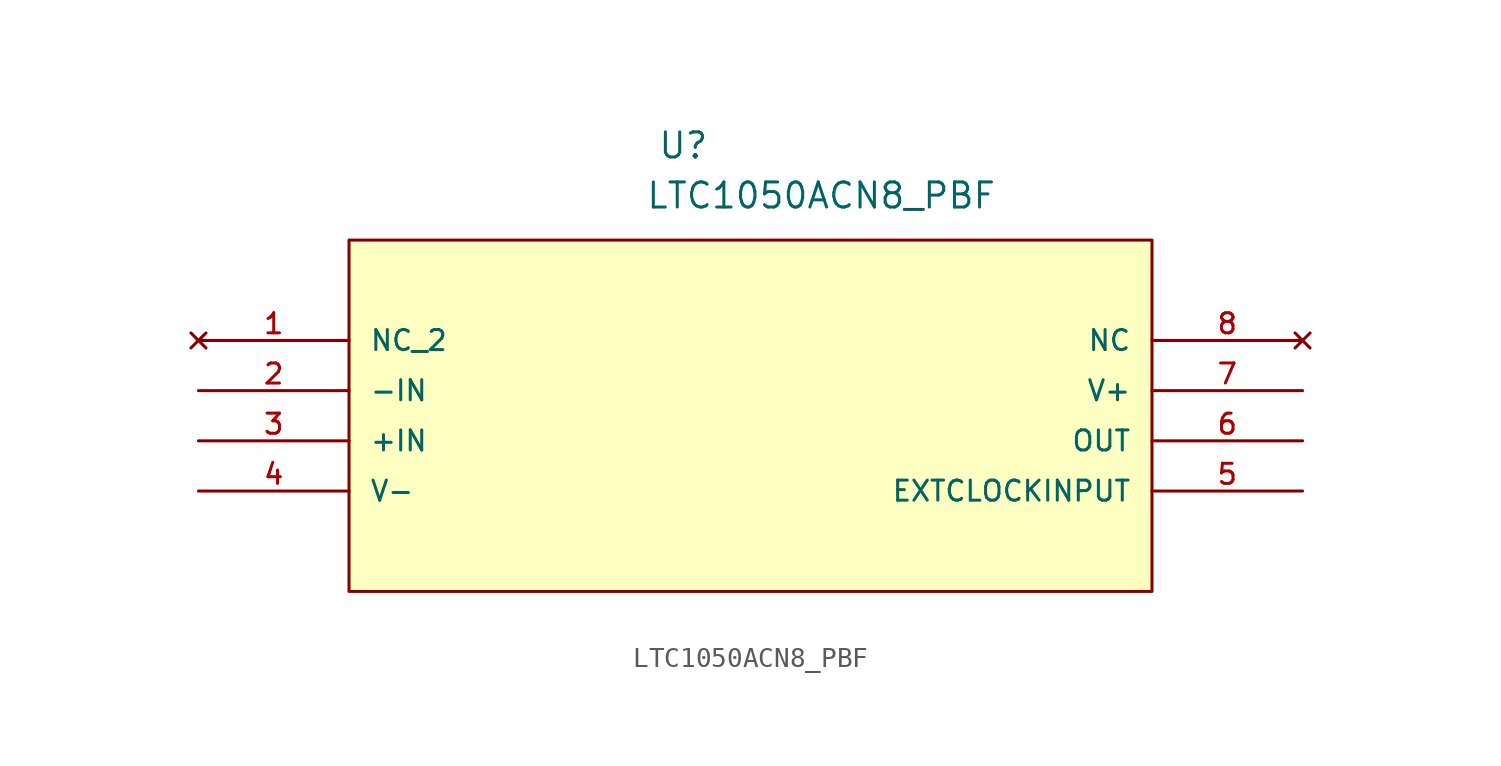
<source format=kicad_sym>
(kicad_symbol_lib
  (version 20231120)
  (generator "kicad_symbol_editor")
  (generator_version "8.0")
  (symbol "LTC1050ACN8_PBF"
    (pin_names
      (offset 1.016))
    (property "Reference" "U"
      (at 23.229 9.124 0)
      (effects (font (size 1.27 1.27)) (justify left bottom)))
    (property "Value" "LTC1050ACN8_PBF"
      (at 22.62 6.59 0)
      (effects (font (size 1.27 1.27)) (justify left bottom)))
    (symbol "LTC1050ACN8_PBF_0_0"
      (rectangle (start 7.62 -12.7) (end 48.26 5.08) (stroke (width 0.152) (type default)) (fill (type background)))
      (pin no_connect line (at 0 0 0) (length 7.62) (name "NC_2" (effects (font (size 1.016 1.016)))) (number "1" (effects (font (size 1.016 1.016)))))
      (pin input line (at 0 -2.54 0) (length 7.62) (name "-IN" (effects (font (size 1.016 1.016)))) (number "2" (effects (font (size 1.016 1.016)))))
      (pin input line (at 0 -5.08 0) (length 7.62) (name "+IN" (effects (font (size 1.016 1.016)))) (number "3" (effects (font (size 1.016 1.016)))))
      (pin power_in line (at 0 -7.62 0) (length 7.62) (name "V-" (effects (font (size 1.016 1.016)))) (number "4" (effects (font (size 1.016 1.016)))))
      (pin input line (at 55.88 -7.62 180) (length 7.62) (name "EXTCLOCKINPUT" (effects (font (size 1.016 1.016)))) (number "5" (effects (font (size 1.016 1.016)))))
      (pin output line (at 55.88 -5.08 180) (length 7.62) (name "OUT" (effects (font (size 1.016 1.016)))) (number "6" (effects (font (size 1.016 1.016)))))
      (pin power_in line (at 55.88 -2.54 180) (length 7.62) (name "V+" (effects (font (size 1.016 1.016)))) (number "7" (effects (font (size 1.016 1.016)))))
      (pin no_connect line (at 55.88 0 180) (length 7.62) (name "NC" (effects (font (size 1.016 1.016)))) (number "8" (effects (font (size 1.016 1.016))))))))
</source>
